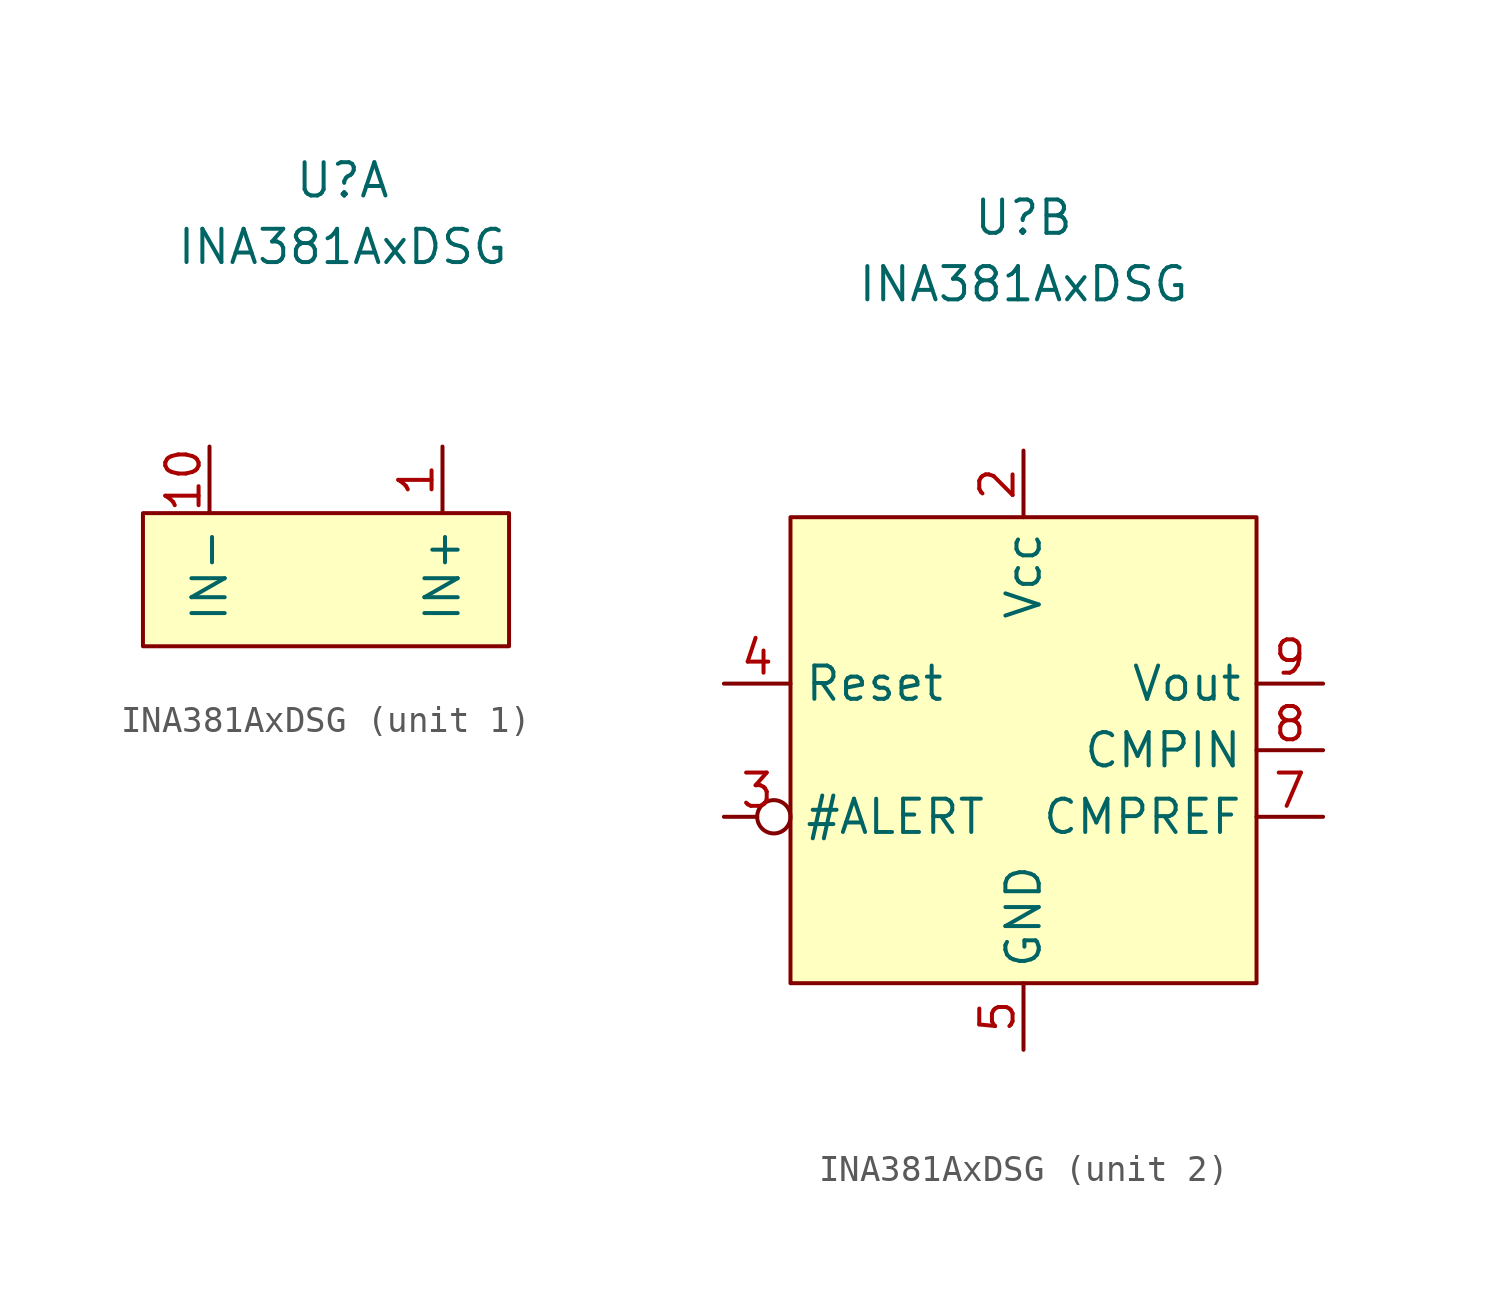
<source format=kicad_sym>
(kicad_symbol_lib
  (version 20211014)
  (generator kicad_symbol_editor)
  (symbol "INA381AxDSG"
    (property "Reference" "U"
      (at 0 2.54 0)
      (effects (font (size 1.27 1.27))))
    (property "Value" "INA381AxDSG"
      (at 0 0 0)
      (effects (font (size 1.27 1.27))))
    (property "ki_locked" ""
      (at 0 0 0)
      (effects (font (size 1.27 1.27))))
    (symbol "INA381AxDSG_1_1"
      (rectangle (start -7.62 -10.16) (end 6.35 -15.24) (stroke (width 0.152) (type default) (color 0 0 0 0)) (fill (type background)))
      (pin input line (at 3.81 -7.62 270) (length 2.54) (name "IN+" (effects (font (size 1.27 1.27)))) (number "1" (effects (font (size 1.27 1.27)))))
      (pin input line (at -5.08 -7.62 270) (length 2.54) (name "IN-" (effects (font (size 1.27 1.27)))) (number "10" (effects (font (size 1.27 1.27))))))
    (symbol "INA381AxDSG_2_1"
      (rectangle (start -8.89 -8.89) (end 8.89 -26.67) (stroke (width 0.152) (type default) (color 0 0 0 0)) (fill (type background)))
      (pin power_in line (at 0 -6.35 270) (length 2.54) (name "Vcc" (effects (font (size 1.27 1.27)))) (number "2" (effects (font (size 1.27 1.27)))))
      (pin open_collector inverted (at -11.43 -20.32 0) (length 2.54) (name "#ALERT" (effects (font (size 1.27 1.27)))) (number "3" (effects (font (size 1.27 1.27)))))
      (pin input line (at -11.43 -15.24 0) (length 2.54) (name "Reset" (effects (font (size 1.27 1.27)))) (number "4" (effects (font (size 1.27 1.27)))))
      (pin power_in line (at 0 -29.21 90) (length 2.54) (name "GND" (effects (font (size 1.27 1.27)))) (number "5" (effects (font (size 1.27 1.27)))))
      (pin input line (at 11.43 -20.32 180) (length 2.54) (name "CMPREF" (effects (font (size 1.27 1.27)))) (number "7" (effects (font (size 1.27 1.27)))))
      (pin input line (at 11.43 -17.78 180) (length 2.54) (name "CMPIN" (effects (font (size 1.27 1.27)))) (number "8" (effects (font (size 1.27 1.27)))))
      (pin output line (at 11.43 -15.24 180) (length 2.54) (name "Vout" (effects (font (size 1.27 1.27)))) (number "9" (effects (font (size 1.27 1.27))))))))
</source>
